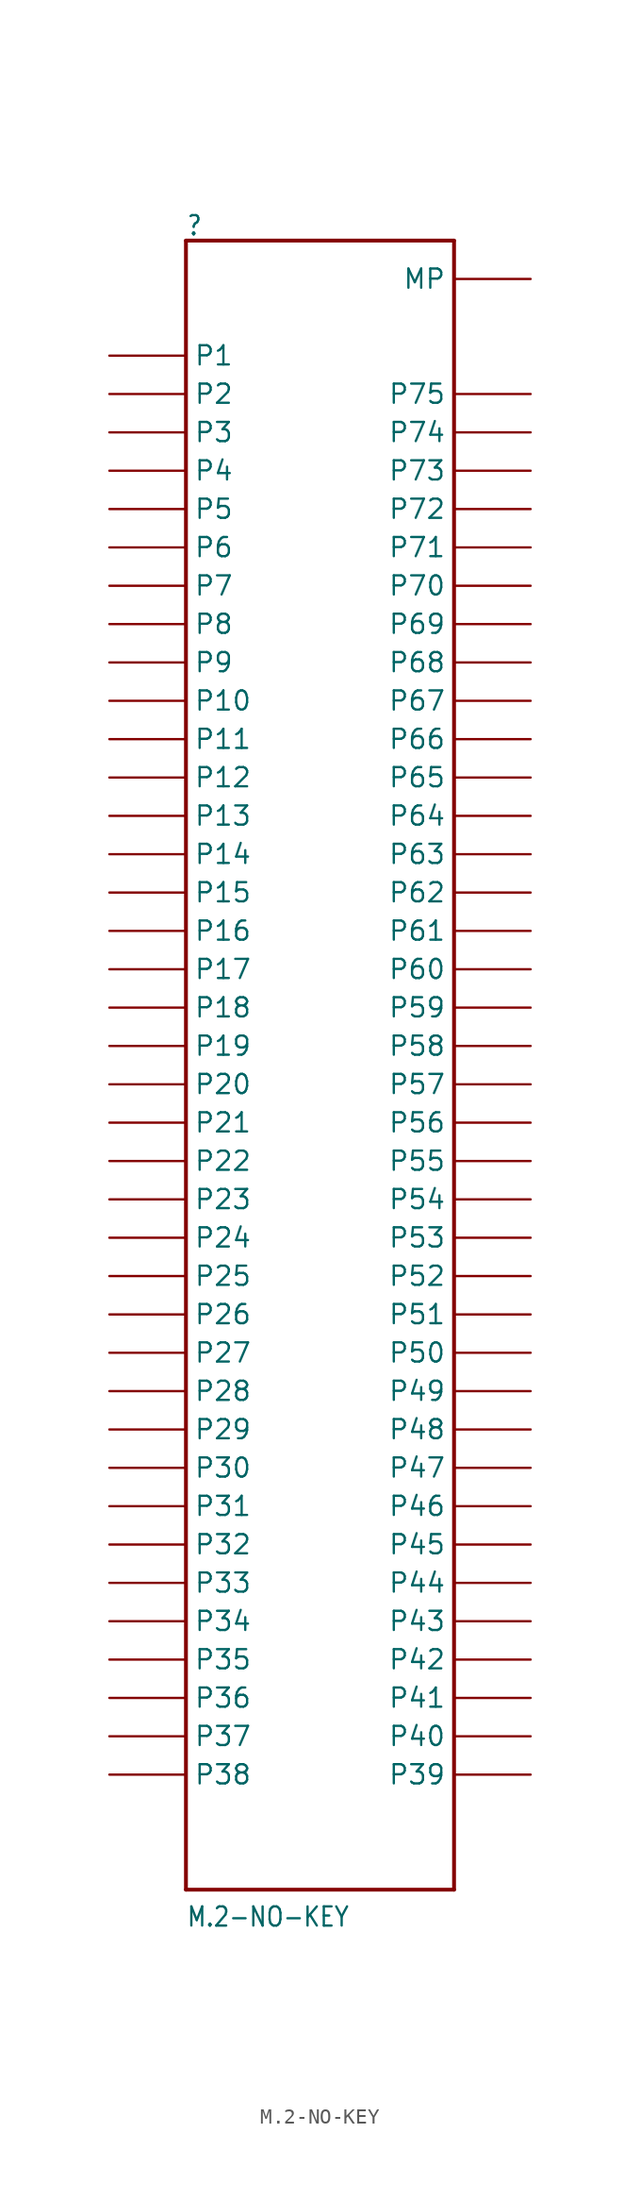
<source format=kicad_sym>
(kicad_symbol_lib
  (version 20200908)
  (generator kicad_symbol_editor)
  (symbol "M.2-NO-KEY"
    (property "Reference" ""
      (at 0 109.474 0)
      (effects (font (size 1.27 1.079)) (justify left bottom)))
    (property "Value" "M.2-NO-KEY"
      (at 0 -2.54 0)
      (effects (font (size 1.27 1.079)) (justify left bottom)))
    (property "ki_locked" ""
      (at 0 0 0)
      (effects (font (size 1.27 1.27))))
    (symbol "M.2-NO-KEY_1_0"
      (polyline (pts (xy 0 109.22) (xy 17.78 109.22)) (stroke (width 0.254)) (fill (type none)))
      (polyline (pts (xy 17.78 109.22) (xy 17.78 0)) (stroke (width 0.254)) (fill (type none)))
      (polyline (pts (xy 17.78 0) (xy 0 0)) (stroke (width 0.254)) (fill (type none)))
      (polyline (pts (xy 0 0) (xy 0 109.22)) (stroke (width 0.254)) (fill (type none)))
      (pin bidirectional line (at -5.08 101.6 0) (length 5.08) (name "P1" (effects (font (size 1.27 1.27)))) (number "P$1" (effects (font (size 0 0)))))
      (pin bidirectional line (at -5.08 99.06 0) (length 5.08) (name "P2" (effects (font (size 1.27 1.27)))) (number "P$2" (effects (font (size 0 0)))))
      (pin bidirectional line (at -5.08 96.52 0) (length 5.08) (name "P3" (effects (font (size 1.27 1.27)))) (number "P$3" (effects (font (size 0 0)))))
      (pin bidirectional line (at -5.08 93.98 0) (length 5.08) (name "P4" (effects (font (size 1.27 1.27)))) (number "P$4" (effects (font (size 0 0)))))
      (pin bidirectional line (at -5.08 91.44 0) (length 5.08) (name "P5" (effects (font (size 1.27 1.27)))) (number "P$5" (effects (font (size 0 0)))))
      (pin bidirectional line (at -5.08 88.9 0) (length 5.08) (name "P6" (effects (font (size 1.27 1.27)))) (number "P$6" (effects (font (size 0 0)))))
      (pin bidirectional line (at -5.08 86.36 0) (length 5.08) (name "P7" (effects (font (size 1.27 1.27)))) (number "P$7" (effects (font (size 0 0)))))
      (pin bidirectional line (at -5.08 83.82 0) (length 5.08) (name "P8" (effects (font (size 1.27 1.27)))) (number "P$8" (effects (font (size 0 0)))))
      (pin bidirectional line (at -5.08 81.28 0) (length 5.08) (name "P9" (effects (font (size 1.27 1.27)))) (number "P$9" (effects (font (size 0 0)))))
      (pin bidirectional line (at -5.08 78.74 0) (length 5.08) (name "P10" (effects (font (size 1.27 1.27)))) (number "P$10" (effects (font (size 0 0)))))
      (pin bidirectional line (at -5.08 76.2 0) (length 5.08) (name "P11" (effects (font (size 1.27 1.27)))) (number "P$11" (effects (font (size 0 0)))))
      (pin bidirectional line (at -5.08 73.66 0) (length 5.08) (name "P12" (effects (font (size 1.27 1.27)))) (number "P$12" (effects (font (size 0 0)))))
      (pin bidirectional line (at -5.08 71.12 0) (length 5.08) (name "P13" (effects (font (size 1.27 1.27)))) (number "P$13" (effects (font (size 0 0)))))
      (pin bidirectional line (at -5.08 68.58 0) (length 5.08) (name "P14" (effects (font (size 1.27 1.27)))) (number "P$14" (effects (font (size 0 0)))))
      (pin bidirectional line (at -5.08 66.04 0) (length 5.08) (name "P15" (effects (font (size 1.27 1.27)))) (number "P$15" (effects (font (size 0 0)))))
      (pin bidirectional line (at -5.08 63.5 0) (length 5.08) (name "P16" (effects (font (size 1.27 1.27)))) (number "P$16" (effects (font (size 0 0)))))
      (pin bidirectional line (at -5.08 60.96 0) (length 5.08) (name "P17" (effects (font (size 1.27 1.27)))) (number "P$17" (effects (font (size 0 0)))))
      (pin bidirectional line (at -5.08 58.42 0) (length 5.08) (name "P18" (effects (font (size 1.27 1.27)))) (number "P$18" (effects (font (size 0 0)))))
      (pin bidirectional line (at -5.08 55.88 0) (length 5.08) (name "P19" (effects (font (size 1.27 1.27)))) (number "P$19" (effects (font (size 0 0)))))
      (pin bidirectional line (at -5.08 53.34 0) (length 5.08) (name "P20" (effects (font (size 1.27 1.27)))) (number "P$20" (effects (font (size 0 0)))))
      (pin bidirectional line (at -5.08 50.8 0) (length 5.08) (name "P21" (effects (font (size 1.27 1.27)))) (number "P$21" (effects (font (size 0 0)))))
      (pin bidirectional line (at -5.08 48.26 0) (length 5.08) (name "P22" (effects (font (size 1.27 1.27)))) (number "P$22" (effects (font (size 0 0)))))
      (pin bidirectional line (at -5.08 45.72 0) (length 5.08) (name "P23" (effects (font (size 1.27 1.27)))) (number "P$23" (effects (font (size 0 0)))))
      (pin bidirectional line (at -5.08 43.18 0) (length 5.08) (name "P24" (effects (font (size 1.27 1.27)))) (number "P$24" (effects (font (size 0 0)))))
      (pin bidirectional line (at -5.08 40.64 0) (length 5.08) (name "P25" (effects (font (size 1.27 1.27)))) (number "P$25" (effects (font (size 0 0)))))
      (pin bidirectional line (at -5.08 38.1 0) (length 5.08) (name "P26" (effects (font (size 1.27 1.27)))) (number "P$26" (effects (font (size 0 0)))))
      (pin bidirectional line (at -5.08 35.56 0) (length 5.08) (name "P27" (effects (font (size 1.27 1.27)))) (number "P$27" (effects (font (size 0 0)))))
      (pin bidirectional line (at -5.08 33.02 0) (length 5.08) (name "P28" (effects (font (size 1.27 1.27)))) (number "P$28" (effects (font (size 0 0)))))
      (pin bidirectional line (at -5.08 30.48 0) (length 5.08) (name "P29" (effects (font (size 1.27 1.27)))) (number "P$29" (effects (font (size 0 0)))))
      (pin bidirectional line (at -5.08 27.94 0) (length 5.08) (name "P30" (effects (font (size 1.27 1.27)))) (number "P$30" (effects (font (size 0 0)))))
      (pin bidirectional line (at -5.08 25.4 0) (length 5.08) (name "P31" (effects (font (size 1.27 1.27)))) (number "P$31" (effects (font (size 0 0)))))
      (pin bidirectional line (at -5.08 22.86 0) (length 5.08) (name "P32" (effects (font (size 1.27 1.27)))) (number "P$32" (effects (font (size 0 0)))))
      (pin bidirectional line (at -5.08 20.32 0) (length 5.08) (name "P33" (effects (font (size 1.27 1.27)))) (number "P$33" (effects (font (size 0 0)))))
      (pin bidirectional line (at -5.08 17.78 0) (length 5.08) (name "P34" (effects (font (size 1.27 1.27)))) (number "P$34" (effects (font (size 0 0)))))
      (pin bidirectional line (at -5.08 15.24 0) (length 5.08) (name "P35" (effects (font (size 1.27 1.27)))) (number "P$35" (effects (font (size 0 0)))))
      (pin bidirectional line (at -5.08 12.7 0) (length 5.08) (name "P36" (effects (font (size 1.27 1.27)))) (number "P$36" (effects (font (size 0 0)))))
      (pin bidirectional line (at -5.08 10.16 0) (length 5.08) (name "P37" (effects (font (size 1.27 1.27)))) (number "P$37" (effects (font (size 0 0)))))
      (pin bidirectional line (at -5.08 7.62 0) (length 5.08) (name "P38" (effects (font (size 1.27 1.27)))) (number "P$38" (effects (font (size 0 0)))))
      (pin bidirectional line (at 22.86 7.62 180) (length 5.08) (name "P39" (effects (font (size 1.27 1.27)))) (number "P$39" (effects (font (size 0 0)))))
      (pin bidirectional line (at 22.86 10.16 180) (length 5.08) (name "P40" (effects (font (size 1.27 1.27)))) (number "P$40" (effects (font (size 0 0)))))
      (pin bidirectional line (at 22.86 12.7 180) (length 5.08) (name "P41" (effects (font (size 1.27 1.27)))) (number "P$41" (effects (font (size 0 0)))))
      (pin bidirectional line (at 22.86 15.24 180) (length 5.08) (name "P42" (effects (font (size 1.27 1.27)))) (number "P$42" (effects (font (size 0 0)))))
      (pin bidirectional line (at 22.86 17.78 180) (length 5.08) (name "P43" (effects (font (size 1.27 1.27)))) (number "P$43" (effects (font (size 0 0)))))
      (pin bidirectional line (at 22.86 20.32 180) (length 5.08) (name "P44" (effects (font (size 1.27 1.27)))) (number "P$44" (effects (font (size 0 0)))))
      (pin bidirectional line (at 22.86 22.86 180) (length 5.08) (name "P45" (effects (font (size 1.27 1.27)))) (number "P$45" (effects (font (size 0 0)))))
      (pin bidirectional line (at 22.86 25.4 180) (length 5.08) (name "P46" (effects (font (size 1.27 1.27)))) (number "P$46" (effects (font (size 0 0)))))
      (pin bidirectional line (at 22.86 27.94 180) (length 5.08) (name "P47" (effects (font (size 1.27 1.27)))) (number "P$47" (effects (font (size 0 0)))))
      (pin bidirectional line (at 22.86 30.48 180) (length 5.08) (name "P48" (effects (font (size 1.27 1.27)))) (number "P$48" (effects (font (size 0 0)))))
      (pin bidirectional line (at 22.86 33.02 180) (length 5.08) (name "P49" (effects (font (size 1.27 1.27)))) (number "P$49" (effects (font (size 0 0)))))
      (pin bidirectional line (at 22.86 35.56 180) (length 5.08) (name "P50" (effects (font (size 1.27 1.27)))) (number "P$50" (effects (font (size 0 0)))))
      (pin bidirectional line (at 22.86 38.1 180) (length 5.08) (name "P51" (effects (font (size 1.27 1.27)))) (number "P$51" (effects (font (size 0 0)))))
      (pin bidirectional line (at 22.86 40.64 180) (length 5.08) (name "P52" (effects (font (size 1.27 1.27)))) (number "P$52" (effects (font (size 0 0)))))
      (pin bidirectional line (at 22.86 43.18 180) (length 5.08) (name "P53" (effects (font (size 1.27 1.27)))) (number "P$53" (effects (font (size 0 0)))))
      (pin bidirectional line (at 22.86 45.72 180) (length 5.08) (name "P54" (effects (font (size 1.27 1.27)))) (number "P$54" (effects (font (size 0 0)))))
      (pin bidirectional line (at 22.86 48.26 180) (length 5.08) (name "P55" (effects (font (size 1.27 1.27)))) (number "P$55" (effects (font (size 0 0)))))
      (pin bidirectional line (at 22.86 50.8 180) (length 5.08) (name "P56" (effects (font (size 1.27 1.27)))) (number "P$56" (effects (font (size 0 0)))))
      (pin bidirectional line (at 22.86 53.34 180) (length 5.08) (name "P57" (effects (font (size 1.27 1.27)))) (number "P$57" (effects (font (size 0 0)))))
      (pin bidirectional line (at 22.86 55.88 180) (length 5.08) (name "P58" (effects (font (size 1.27 1.27)))) (number "P$58" (effects (font (size 0 0)))))
      (pin bidirectional line (at 22.86 58.42 180) (length 5.08) (name "P59" (effects (font (size 1.27 1.27)))) (number "P$59" (effects (font (size 0 0)))))
      (pin bidirectional line (at 22.86 60.96 180) (length 5.08) (name "P60" (effects (font (size 1.27 1.27)))) (number "P$60" (effects (font (size 0 0)))))
      (pin bidirectional line (at 22.86 63.5 180) (length 5.08) (name "P61" (effects (font (size 1.27 1.27)))) (number "P$61" (effects (font (size 0 0)))))
      (pin bidirectional line (at 22.86 66.04 180) (length 5.08) (name "P62" (effects (font (size 1.27 1.27)))) (number "P$62" (effects (font (size 0 0)))))
      (pin bidirectional line (at 22.86 68.58 180) (length 5.08) (name "P63" (effects (font (size 1.27 1.27)))) (number "P$63" (effects (font (size 0 0)))))
      (pin bidirectional line (at 22.86 71.12 180) (length 5.08) (name "P64" (effects (font (size 1.27 1.27)))) (number "P$64" (effects (font (size 0 0)))))
      (pin bidirectional line (at 22.86 73.66 180) (length 5.08) (name "P65" (effects (font (size 1.27 1.27)))) (number "P$65" (effects (font (size 0 0)))))
      (pin bidirectional line (at 22.86 76.2 180) (length 5.08) (name "P66" (effects (font (size 1.27 1.27)))) (number "P$66" (effects (font (size 0 0)))))
      (pin bidirectional line (at 22.86 78.74 180) (length 5.08) (name "P67" (effects (font (size 1.27 1.27)))) (number "P$67" (effects (font (size 0 0)))))
      (pin bidirectional line (at 22.86 81.28 180) (length 5.08) (name "P68" (effects (font (size 1.27 1.27)))) (number "P$68" (effects (font (size 0 0)))))
      (pin bidirectional line (at 22.86 83.82 180) (length 5.08) (name "P69" (effects (font (size 1.27 1.27)))) (number "P$69" (effects (font (size 0 0)))))
      (pin bidirectional line (at 22.86 86.36 180) (length 5.08) (name "P70" (effects (font (size 1.27 1.27)))) (number "P$70" (effects (font (size 0 0)))))
      (pin bidirectional line (at 22.86 88.9 180) (length 5.08) (name "P71" (effects (font (size 1.27 1.27)))) (number "P$71" (effects (font (size 0 0)))))
      (pin bidirectional line (at 22.86 91.44 180) (length 5.08) (name "P72" (effects (font (size 1.27 1.27)))) (number "P$72" (effects (font (size 0 0)))))
      (pin bidirectional line (at 22.86 93.98 180) (length 5.08) (name "P73" (effects (font (size 1.27 1.27)))) (number "P$73" (effects (font (size 0 0)))))
      (pin bidirectional line (at 22.86 96.52 180) (length 5.08) (name "P74" (effects (font (size 1.27 1.27)))) (number "P$74" (effects (font (size 0 0)))))
      (pin bidirectional line (at 22.86 99.06 180) (length 5.08) (name "P75" (effects (font (size 1.27 1.27)))) (number "P$75" (effects (font (size 0 0)))))
      (pin bidirectional line (at 22.86 106.68 180) (length 5.08) (name "MP" (effects (font (size 1.27 1.27)))) (number "MOUNTING-HOLE" (effects (font (size 0 0))))))))
</source>
